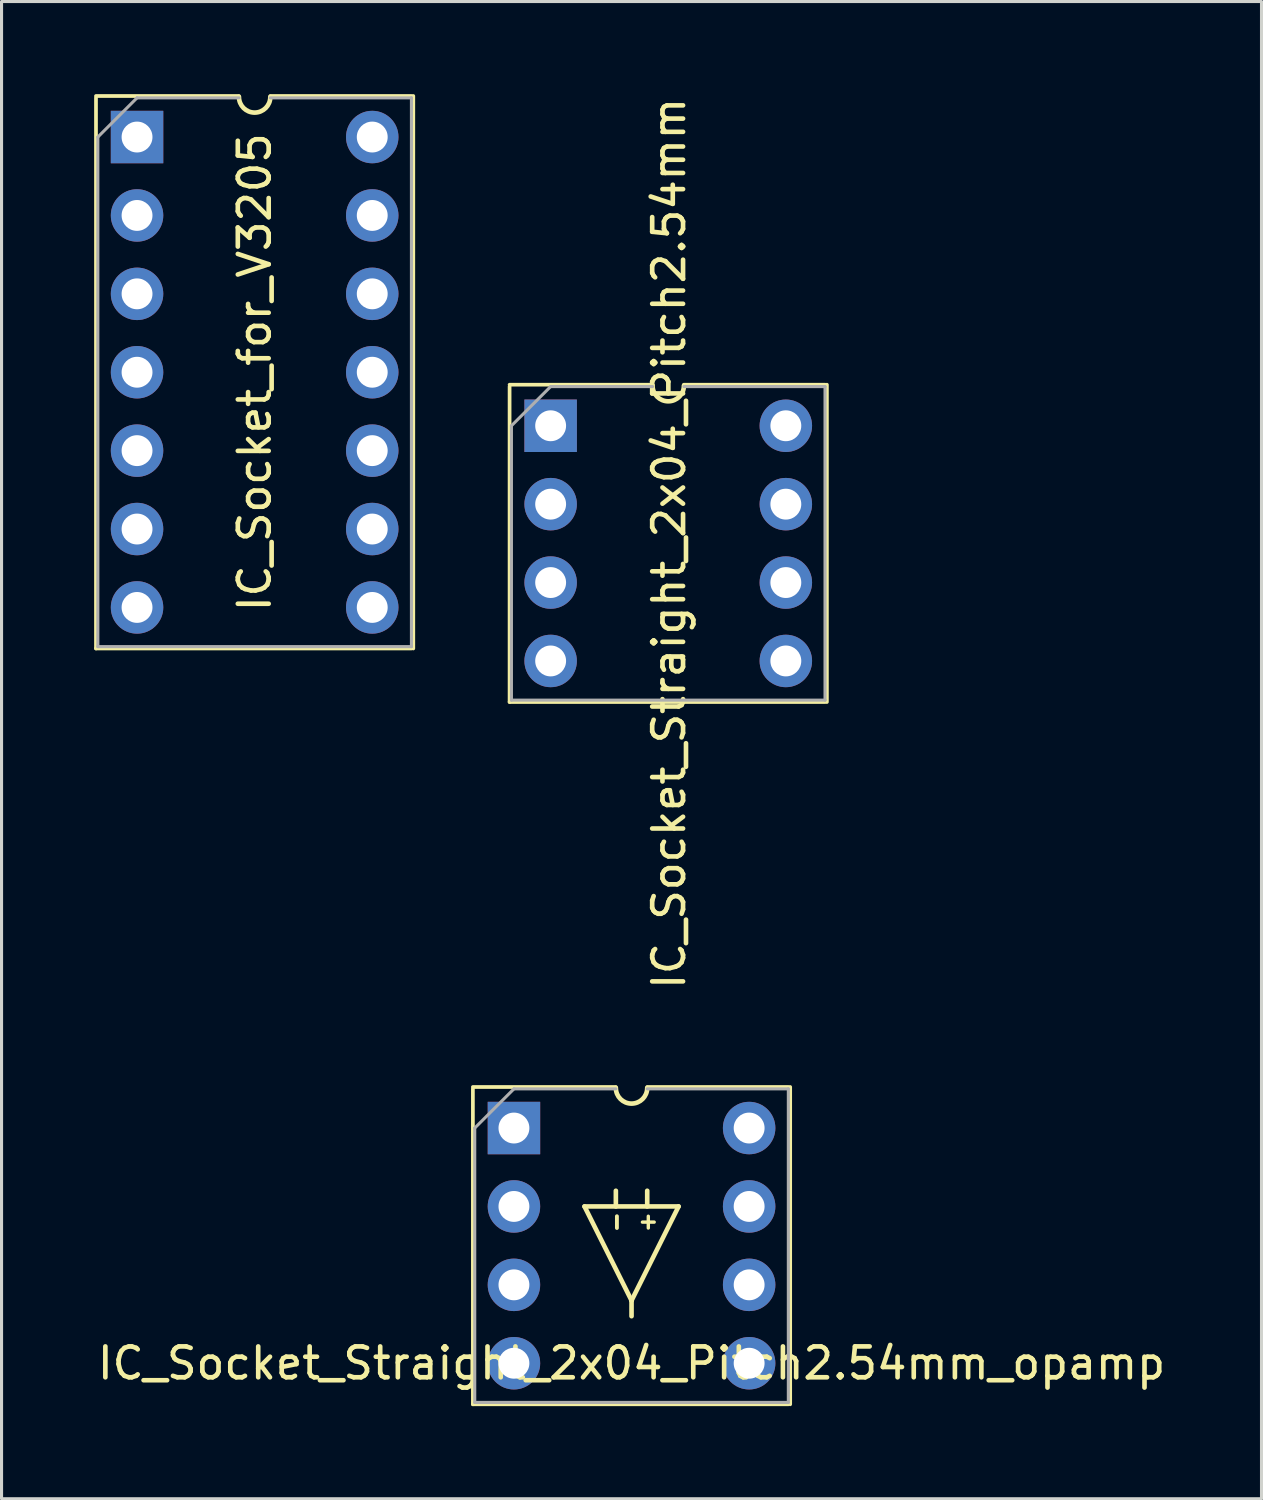
<source format=kicad_pcb>
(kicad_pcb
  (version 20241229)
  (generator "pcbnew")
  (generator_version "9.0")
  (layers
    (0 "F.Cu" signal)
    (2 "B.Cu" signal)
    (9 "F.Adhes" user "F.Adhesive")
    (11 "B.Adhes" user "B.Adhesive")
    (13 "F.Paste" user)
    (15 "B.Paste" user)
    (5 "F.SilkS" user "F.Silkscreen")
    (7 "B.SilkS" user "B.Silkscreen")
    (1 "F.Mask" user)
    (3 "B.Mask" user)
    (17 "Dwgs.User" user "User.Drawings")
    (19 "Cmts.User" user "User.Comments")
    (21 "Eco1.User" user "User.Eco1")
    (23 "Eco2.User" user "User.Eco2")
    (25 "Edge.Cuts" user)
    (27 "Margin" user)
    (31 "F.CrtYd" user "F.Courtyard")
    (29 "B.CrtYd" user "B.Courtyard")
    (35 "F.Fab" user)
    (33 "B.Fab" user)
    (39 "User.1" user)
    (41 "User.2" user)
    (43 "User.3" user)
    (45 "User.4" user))
  (footprint "IC_Socket_Straight_2x04_Pitch2.54mm_opamp"
    (layer "F.Cu")
    (at 13.601 33.497)
    (property "Reference" "IC_Socket_Straight_2x04_Pitch2.54mm_opamp" (at 3.81 7.62 0) (layer "F.SilkS") (effects (font (size 1 1) (thickness 0.15))))
    (attr through_hole)
    (fp_line (start -1.33 -1.33) (end 3.302 -1.33) (stroke (width 0.12) (type solid)) (layer "F.SilkS"))
    (fp_line (start -1.33 -1.27) (end -1.33 8.95) (stroke (width 0.12) (type solid)) (layer "F.SilkS"))
    (fp_line (start -1.33 8.95) (end 8.89 8.95) (stroke (width 0.12) (type solid)) (layer "F.SilkS"))
    (fp_line (start 2.286 2.54) (end 3.81 5.588) (stroke (width 0.15) (type solid)) (layer "F.SilkS"))
    (fp_line (start 3.302 2.54) (end 3.302 2.032) (stroke (width 0.15) (type solid)) (layer "F.SilkS"))
    (fp_line (start 3.81 5.588) (end 3.81 6.096) (stroke (width 0.15) (type solid)) (layer "F.SilkS"))
    (fp_line (start 3.81 5.588) (end 5.334 2.54) (stroke (width 0.15) (type solid)) (layer "F.SilkS"))
    (fp_line (start 4.318 -1.33) (end 8.89 -1.33) (stroke (width 0.12) (type solid)) (layer "F.SilkS"))
    (fp_line (start 4.318 2.54) (end 4.318 2.032) (stroke (width 0.15) (type solid)) (layer "F.SilkS"))
    (fp_line (start 5.334 2.54) (end 2.286 2.54) (stroke (width 0.15) (type solid)) (layer "F.SilkS"))
    (fp_line (start 8.95 -1.33) (end 8.95 8.95) (stroke (width 0.12) (type solid)) (layer "F.SilkS"))
    (fp_arc (start 4.318 -1.3) (mid 3.81 -0.792) (end 3.302 -1.3) (stroke (width 0.15) (type solid)) (layer "F.SilkS"))
    (fp_line (start -1.27 0) (end 0 -1.27) (stroke (width 0.1) (type solid)) (layer "F.Fab"))
    (fp_line (start -1.27 8.89) (end -1.27 0) (stroke (width 0.1) (type solid)) (layer "F.Fab"))
    (fp_line (start 0 -1.27) (end 3.302 -1.27) (stroke (width 0.1) (type solid)) (layer "F.Fab"))
    (fp_line (start 4.318 -1.27) (end 8.89 -1.27) (stroke (width 0.1) (type solid)) (layer "F.Fab"))
    (fp_line (start 8.89 -1.27) (end 8.89 8.89) (stroke (width 0.1) (type solid)) (layer "F.Fab"))
    (fp_line (start 8.89 8.89) (end -1.27 8.89) (stroke (width 0.1) (type solid)) (layer "F.Fab"))
    (fp_text user "+" (at 4.318 3.048 270) (layer "F.SilkS") (effects (font (size 0.5 0.5) (thickness 0.11))))
    (fp_text user "-" (at 3.302 3.048 270) (layer "F.SilkS") (effects (font (size 0.5 0.5) (thickness 0.125))))
    (pad "1" thru_hole rect (at 0 0) (size 1.7 1.7) (drill 1) (layers "*.Cu" "*.Mask"))
    (pad "2" thru_hole oval (at 0 2.54) (size 1.7 1.7) (drill 1) (layers "*.Cu" "*.Mask"))
    (pad "3" thru_hole oval (at 0 5.08) (size 1.7 1.7) (drill 1) (layers "*.Cu" "*.Mask"))
    (pad "4" thru_hole oval (at 0 7.62) (size 1.7 1.7) (drill 1) (layers "*.Cu" "*.Mask"))
    (pad "5" thru_hole oval (at 7.62 7.62) (size 1.7 1.7) (drill 1) (layers "*.Cu" "*.Mask"))
    (pad "6" thru_hole oval (at 7.62 5.08) (size 1.7 1.7) (drill 1) (layers "*.Cu" "*.Mask"))
    (pad "7" thru_hole oval (at 7.62 2.54) (size 1.7 1.7) (drill 1) (layers "*.Cu" "*.Mask"))
    (pad "8" thru_hole oval (at 7.62 0) (size 1.7 1.7) (drill 1) (layers "*.Cu" "*.Mask")))
  (footprint "IC_Socket_Straight_2x04_Pitch2.54mm"
    (layer "F.Cu")
    (at 14.79 10.744)
    (property "Reference" "IC_Socket_Straight_2x04_Pitch2.54mm" (at 3.835 3.81 90) (layer "F.SilkS") (effects (font (size 1 1) (thickness 0.15))))
    (attr through_hole)
    (fp_line (start -1.33 -1.33) (end 3.302 -1.33) (stroke (width 0.12) (type solid)) (layer "F.SilkS"))
    (fp_line (start -1.33 -1.27) (end -1.33 8.95) (stroke (width 0.12) (type solid)) (layer "F.SilkS"))
    (fp_line (start -1.33 8.95) (end 8.89 8.95) (stroke (width 0.12) (type solid)) (layer "F.SilkS"))
    (fp_line (start 4.318 -1.33) (end 8.89 -1.33) (stroke (width 0.12) (type solid)) (layer "F.SilkS"))
    (fp_line (start 8.95 -1.33) (end 8.95 8.95) (stroke (width 0.12) (type solid)) (layer "F.SilkS"))
    (fp_arc (start 4.318 -1.3) (mid 3.81 -0.792) (end 3.302 -1.3) (stroke (width 0.15) (type solid)) (layer "F.SilkS"))
    (fp_line (start -1.27 0) (end 0 -1.27) (stroke (width 0.1) (type solid)) (layer "F.Fab"))
    (fp_line (start -1.27 8.89) (end -1.27 0) (stroke (width 0.1) (type solid)) (layer "F.Fab"))
    (fp_line (start 0 -1.27) (end 3.302 -1.27) (stroke (width 0.1) (type solid)) (layer "F.Fab"))
    (fp_line (start 4.318 -1.27) (end 8.89 -1.27) (stroke (width 0.1) (type solid)) (layer "F.Fab"))
    (fp_line (start 8.89 -1.27) (end 8.89 8.89) (stroke (width 0.1) (type solid)) (layer "F.Fab"))
    (fp_line (start 8.89 8.89) (end -1.27 8.89) (stroke (width 0.1) (type solid)) (layer "F.Fab"))
    (pad "1" thru_hole rect (at 0 0) (size 1.7 1.7) (drill 1) (layers "*.Cu" "*.Mask"))
    (pad "2" thru_hole oval (at 0 2.54) (size 1.7 1.7) (drill 1) (layers "*.Cu" "*.Mask"))
    (pad "3" thru_hole oval (at 0 5.08) (size 1.7 1.7) (drill 1) (layers "*.Cu" "*.Mask"))
    (pad "4" thru_hole oval (at 0 7.62) (size 1.7 1.7) (drill 1) (layers "*.Cu" "*.Mask"))
    (pad "5" thru_hole oval (at 7.62 7.62) (size 1.7 1.7) (drill 1) (layers "*.Cu" "*.Mask"))
    (pad "6" thru_hole oval (at 7.62 5.08) (size 1.7 1.7) (drill 1) (layers "*.Cu" "*.Mask"))
    (pad "7" thru_hole oval (at 7.62 2.54) (size 1.7 1.7) (drill 1) (layers "*.Cu" "*.Mask"))
    (pad "8" thru_hole oval (at 7.62 0) (size 1.7 1.7) (drill 1) (layers "*.Cu" "*.Mask")))
  (footprint "IC_Socket_for_V3205"
    (layer "F.Cu")
    (at 1.39 1.39)
    (property "Reference" "IC_Socket_for_V3205" (at 3.81 7.62 90) (layer "F.SilkS") (effects (font (size 1 1) (thickness 0.15))))
    (attr through_hole)
    (fp_line (start -1.33 -1.33) (end 3.302 -1.33) (stroke (width 0.12) (type solid)) (layer "F.SilkS"))
    (fp_line (start -1.33 -1.27) (end -1.33 16.57) (stroke (width 0.12) (type solid)) (layer "F.SilkS"))
    (fp_line (start -1.33 16.57) (end 8.89 16.57) (stroke (width 0.12) (type solid)) (layer "F.SilkS"))
    (fp_line (start 4.318 -1.33) (end 8.89 -1.33) (stroke (width 0.12) (type solid)) (layer "F.SilkS"))
    (fp_line (start 8.95 -1.33) (end 8.95 16.57) (stroke (width 0.12) (type solid)) (layer "F.SilkS"))
    (fp_arc (start 4.318 -1.3) (mid 3.81 -0.792) (end 3.302 -1.3) (stroke (width 0.15) (type solid)) (layer "F.SilkS"))
    (fp_line (start -1.27 0) (end 0 -1.27) (stroke (width 0.1) (type solid)) (layer "F.Fab"))
    (fp_line (start -1.27 16.51) (end -1.27 0) (stroke (width 0.1) (type solid)) (layer "F.Fab"))
    (fp_line (start 0 -1.27) (end 3.302 -1.27) (stroke (width 0.1) (type solid)) (layer "F.Fab"))
    (fp_line (start 4.318 -1.27) (end 8.89 -1.27) (stroke (width 0.1) (type solid)) (layer "F.Fab"))
    (fp_line (start 8.89 -1.27) (end 8.89 16.51) (stroke (width 0.1) (type solid)) (layer "F.Fab"))
    (fp_line (start 8.89 16.51) (end -1.27 16.51) (stroke (width 0.1) (type solid)) (layer "F.Fab"))
    (pad "" thru_hole oval (at 0 5.08) (size 1.7 1.7) (drill 1) (layers "*.Cu" "*.Mask"))
    (pad "" thru_hole oval (at 0 7.62) (size 1.7 1.7) (drill 1) (layers "*.Cu" "*.Mask"))
    (pad "" thru_hole oval (at 0 10.16) (size 1.7 1.7) (drill 1) (layers "*.Cu" "*.Mask"))
    (pad "" thru_hole oval (at 7.62 5.08) (size 1.7 1.7) (drill 1) (layers "*.Cu" "*.Mask"))
    (pad "" thru_hole oval (at 7.62 7.62) (size 1.7 1.7) (drill 1) (layers "*.Cu" "*.Mask"))
    (pad "" thru_hole oval (at 7.62 10.16) (size 1.7 1.7) (drill 1) (layers "*.Cu" "*.Mask"))
    (pad "1" thru_hole rect (at 0 0) (size 1.7 1.7) (drill 1) (layers "*.Cu" "*.Mask"))
    (pad "2" thru_hole oval (at 0 2.54) (size 1.7 1.7) (drill 1) (layers "*.Cu" "*.Mask"))
    (pad "3" thru_hole oval (at 0 12.7) (size 1.7 1.7) (drill 1) (layers "*.Cu" "*.Mask"))
    (pad "4" thru_hole oval (at 0 15.24) (size 1.7 1.7) (drill 1) (layers "*.Cu" "*.Mask"))
    (pad "5" thru_hole oval (at 7.62 15.24) (size 1.7 1.7) (drill 1) (layers "*.Cu" "*.Mask"))
    (pad "6" thru_hole oval (at 7.62 12.7) (size 1.7 1.7) (drill 1) (layers "*.Cu" "*.Mask"))
    (pad "7" thru_hole oval (at 7.62 2.54) (size 1.7 1.7) (drill 1) (layers "*.Cu" "*.Mask"))
    (pad "8" thru_hole oval (at 7.62 0) (size 1.7 1.7) (drill 1) (layers "*.Cu" "*.Mask")))
  (gr_rect
    (start -3 -3)
    (end 37.821 45.507)
    (stroke (width 0.1) (type default))
    (fill no)
    (layer "Edge.Cuts")))
</source>
